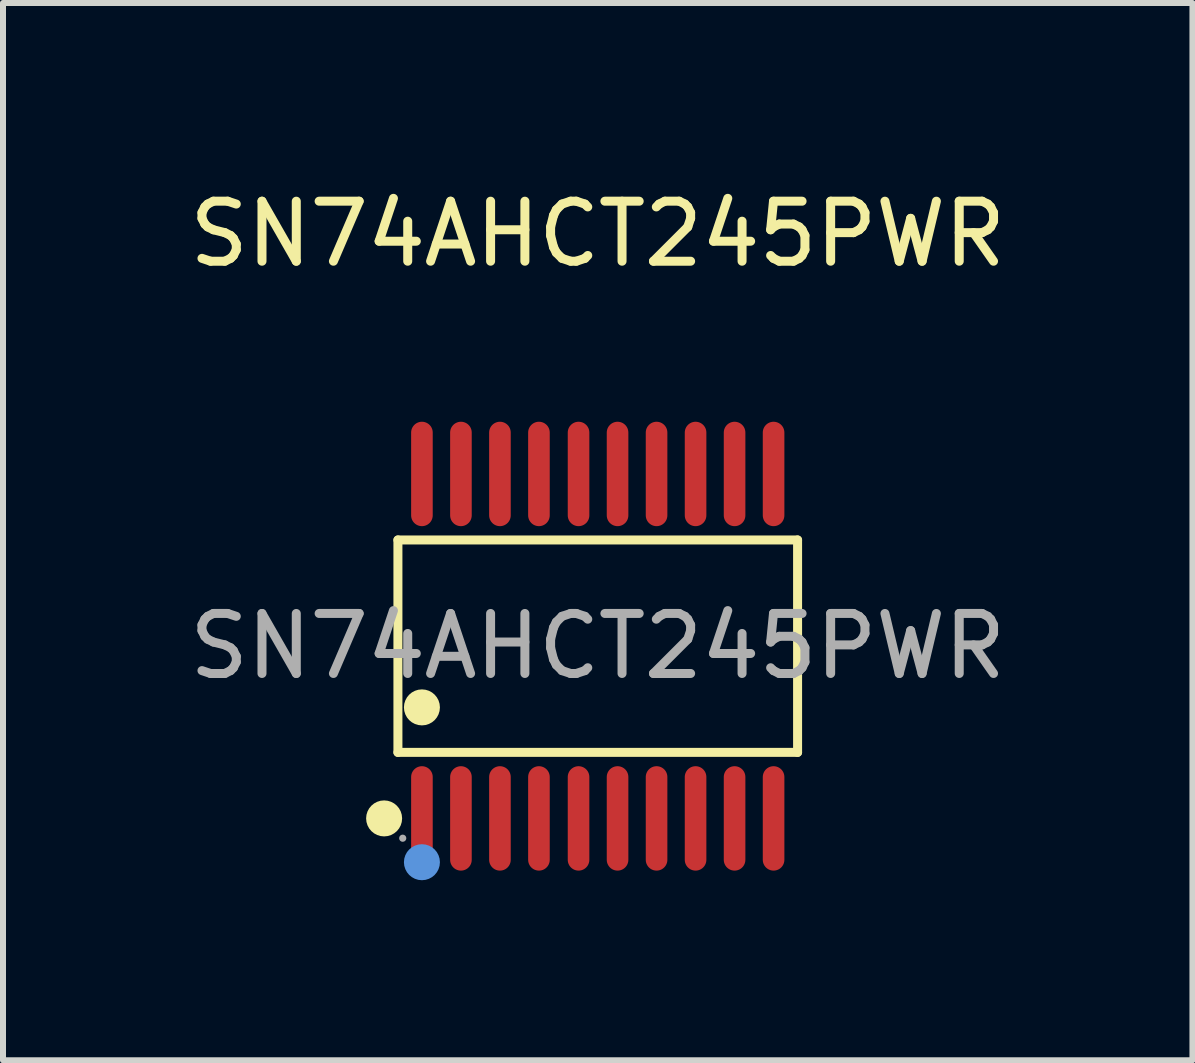
<source format=kicad_pcb>
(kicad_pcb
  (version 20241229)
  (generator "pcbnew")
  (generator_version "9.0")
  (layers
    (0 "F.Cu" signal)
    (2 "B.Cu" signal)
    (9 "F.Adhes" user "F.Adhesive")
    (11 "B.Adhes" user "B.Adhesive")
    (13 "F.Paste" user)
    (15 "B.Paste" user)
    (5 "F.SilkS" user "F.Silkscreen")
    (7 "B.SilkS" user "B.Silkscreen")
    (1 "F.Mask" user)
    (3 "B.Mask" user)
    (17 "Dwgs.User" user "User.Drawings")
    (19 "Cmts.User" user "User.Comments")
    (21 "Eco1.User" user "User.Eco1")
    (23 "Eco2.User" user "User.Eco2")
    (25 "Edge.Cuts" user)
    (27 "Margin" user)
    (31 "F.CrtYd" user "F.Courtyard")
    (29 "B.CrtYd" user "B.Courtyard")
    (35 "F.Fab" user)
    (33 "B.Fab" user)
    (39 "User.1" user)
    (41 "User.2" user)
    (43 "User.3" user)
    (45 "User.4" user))
  (footprint "SN74AHCT245PWR"
    (layer "F.Cu")
    (at 6.911 7.718)
    (property "Reference" "SN74AHCT245PWR" (at 0 -6.87 0) (layer "F.SilkS") (effects (font (size 1 1) (thickness 0.15))))
    (attr smd)
    (fp_line (start -3.33 -1.77) (end 3.33 -1.77) (stroke (width 0.15) (type solid)) (layer "F.SilkS"))
    (fp_line (start -3.33 1.77) (end -3.33 -1.77) (stroke (width 0.15) (type solid)) (layer "F.SilkS"))
    (fp_line (start 3.33 -1.77) (end 3.33 1.77) (stroke (width 0.15) (type solid)) (layer "F.SilkS"))
    (fp_line (start 3.33 1.77) (end -3.33 1.77) (stroke (width 0.15) (type solid)) (layer "F.SilkS"))
    (fp_circle (center -3.56 2.87) (end -3.41 2.87) (stroke (width 0.3) (type solid)) (fill no) (layer "F.SilkS"))
    (fp_circle (center -2.93 1.02) (end -2.78 1.02) (stroke (width 0.3) (type solid)) (fill no) (layer "F.SilkS"))
    (fp_circle (center -2.93 3.6) (end -2.78 3.6) (stroke (width 0.3) (type solid)) (fill no) (layer "Cmts.User"))
    (fp_circle (center -3.25 3.2) (end -3.22 3.2) (stroke (width 0.06) (type solid)) (fill no) (layer "F.Fab"))
    (fp_text user "${REFERENCE}" (at 0 0 0) (layer "F.Fab") (effects (font (size 1 1) (thickness 0.15))))
    (pad "1" smd oval (at -2.93 2.87) (size 0.36 1.74) (layers "F.Cu" "F.Mask" "F.Paste"))
    (pad "2" smd oval (at -2.28 2.87) (size 0.36 1.74) (layers "F.Cu" "F.Mask" "F.Paste"))
    (pad "3" smd oval (at -1.63 2.87) (size 0.36 1.74) (layers "F.Cu" "F.Mask" "F.Paste"))
    (pad "4" smd oval (at -0.98 2.87) (size 0.36 1.74) (layers "F.Cu" "F.Mask" "F.Paste"))
    (pad "5" smd oval (at -0.32 2.87) (size 0.36 1.74) (layers "F.Cu" "F.Mask" "F.Paste"))
    (pad "6" smd oval (at 0.33 2.87) (size 0.36 1.74) (layers "F.Cu" "F.Mask" "F.Paste"))
    (pad "7" smd oval (at 0.98 2.87) (size 0.36 1.74) (layers "F.Cu" "F.Mask" "F.Paste"))
    (pad "8" smd oval (at 1.63 2.87) (size 0.36 1.74) (layers "F.Cu" "F.Mask" "F.Paste"))
    (pad "9" smd oval (at 2.28 2.87) (size 0.36 1.74) (layers "F.Cu" "F.Mask" "F.Paste"))
    (pad "10" smd oval (at 2.93 2.87) (size 0.36 1.74) (layers "F.Cu" "F.Mask" "F.Paste"))
    (pad "11" smd oval (at 2.93 -2.87) (size 0.36 1.74) (layers "F.Cu" "F.Mask" "F.Paste"))
    (pad "12" smd oval (at 2.28 -2.87) (size 0.36 1.74) (layers "F.Cu" "F.Mask" "F.Paste"))
    (pad "13" smd oval (at 1.63 -2.87) (size 0.36 1.74) (layers "F.Cu" "F.Mask" "F.Paste"))
    (pad "14" smd oval (at 0.98 -2.87) (size 0.36 1.74) (layers "F.Cu" "F.Mask" "F.Paste"))
    (pad "15" smd oval (at 0.33 -2.87) (size 0.36 1.74) (layers "F.Cu" "F.Mask" "F.Paste"))
    (pad "16" smd oval (at -0.32 -2.87) (size 0.36 1.74) (layers "F.Cu" "F.Mask" "F.Paste"))
    (pad "17" smd oval (at -0.98 -2.87) (size 0.36 1.74) (layers "F.Cu" "F.Mask" "F.Paste"))
    (pad "18" smd oval (at -1.63 -2.87) (size 0.36 1.74) (layers "F.Cu" "F.Mask" "F.Paste"))
    (pad "19" smd oval (at -2.28 -2.87) (size 0.36 1.74) (layers "F.Cu" "F.Mask" "F.Paste"))
    (pad "20" smd oval (at -2.93 -2.87) (size 0.36 1.74) (layers "F.Cu" "F.Mask" "F.Paste")))
  (gr_rect
    (start -3 -3)
    (end 16.821 14.618)
    (stroke (width 0.1) (type default))
    (fill no)
    (layer "Edge.Cuts")))
</source>
